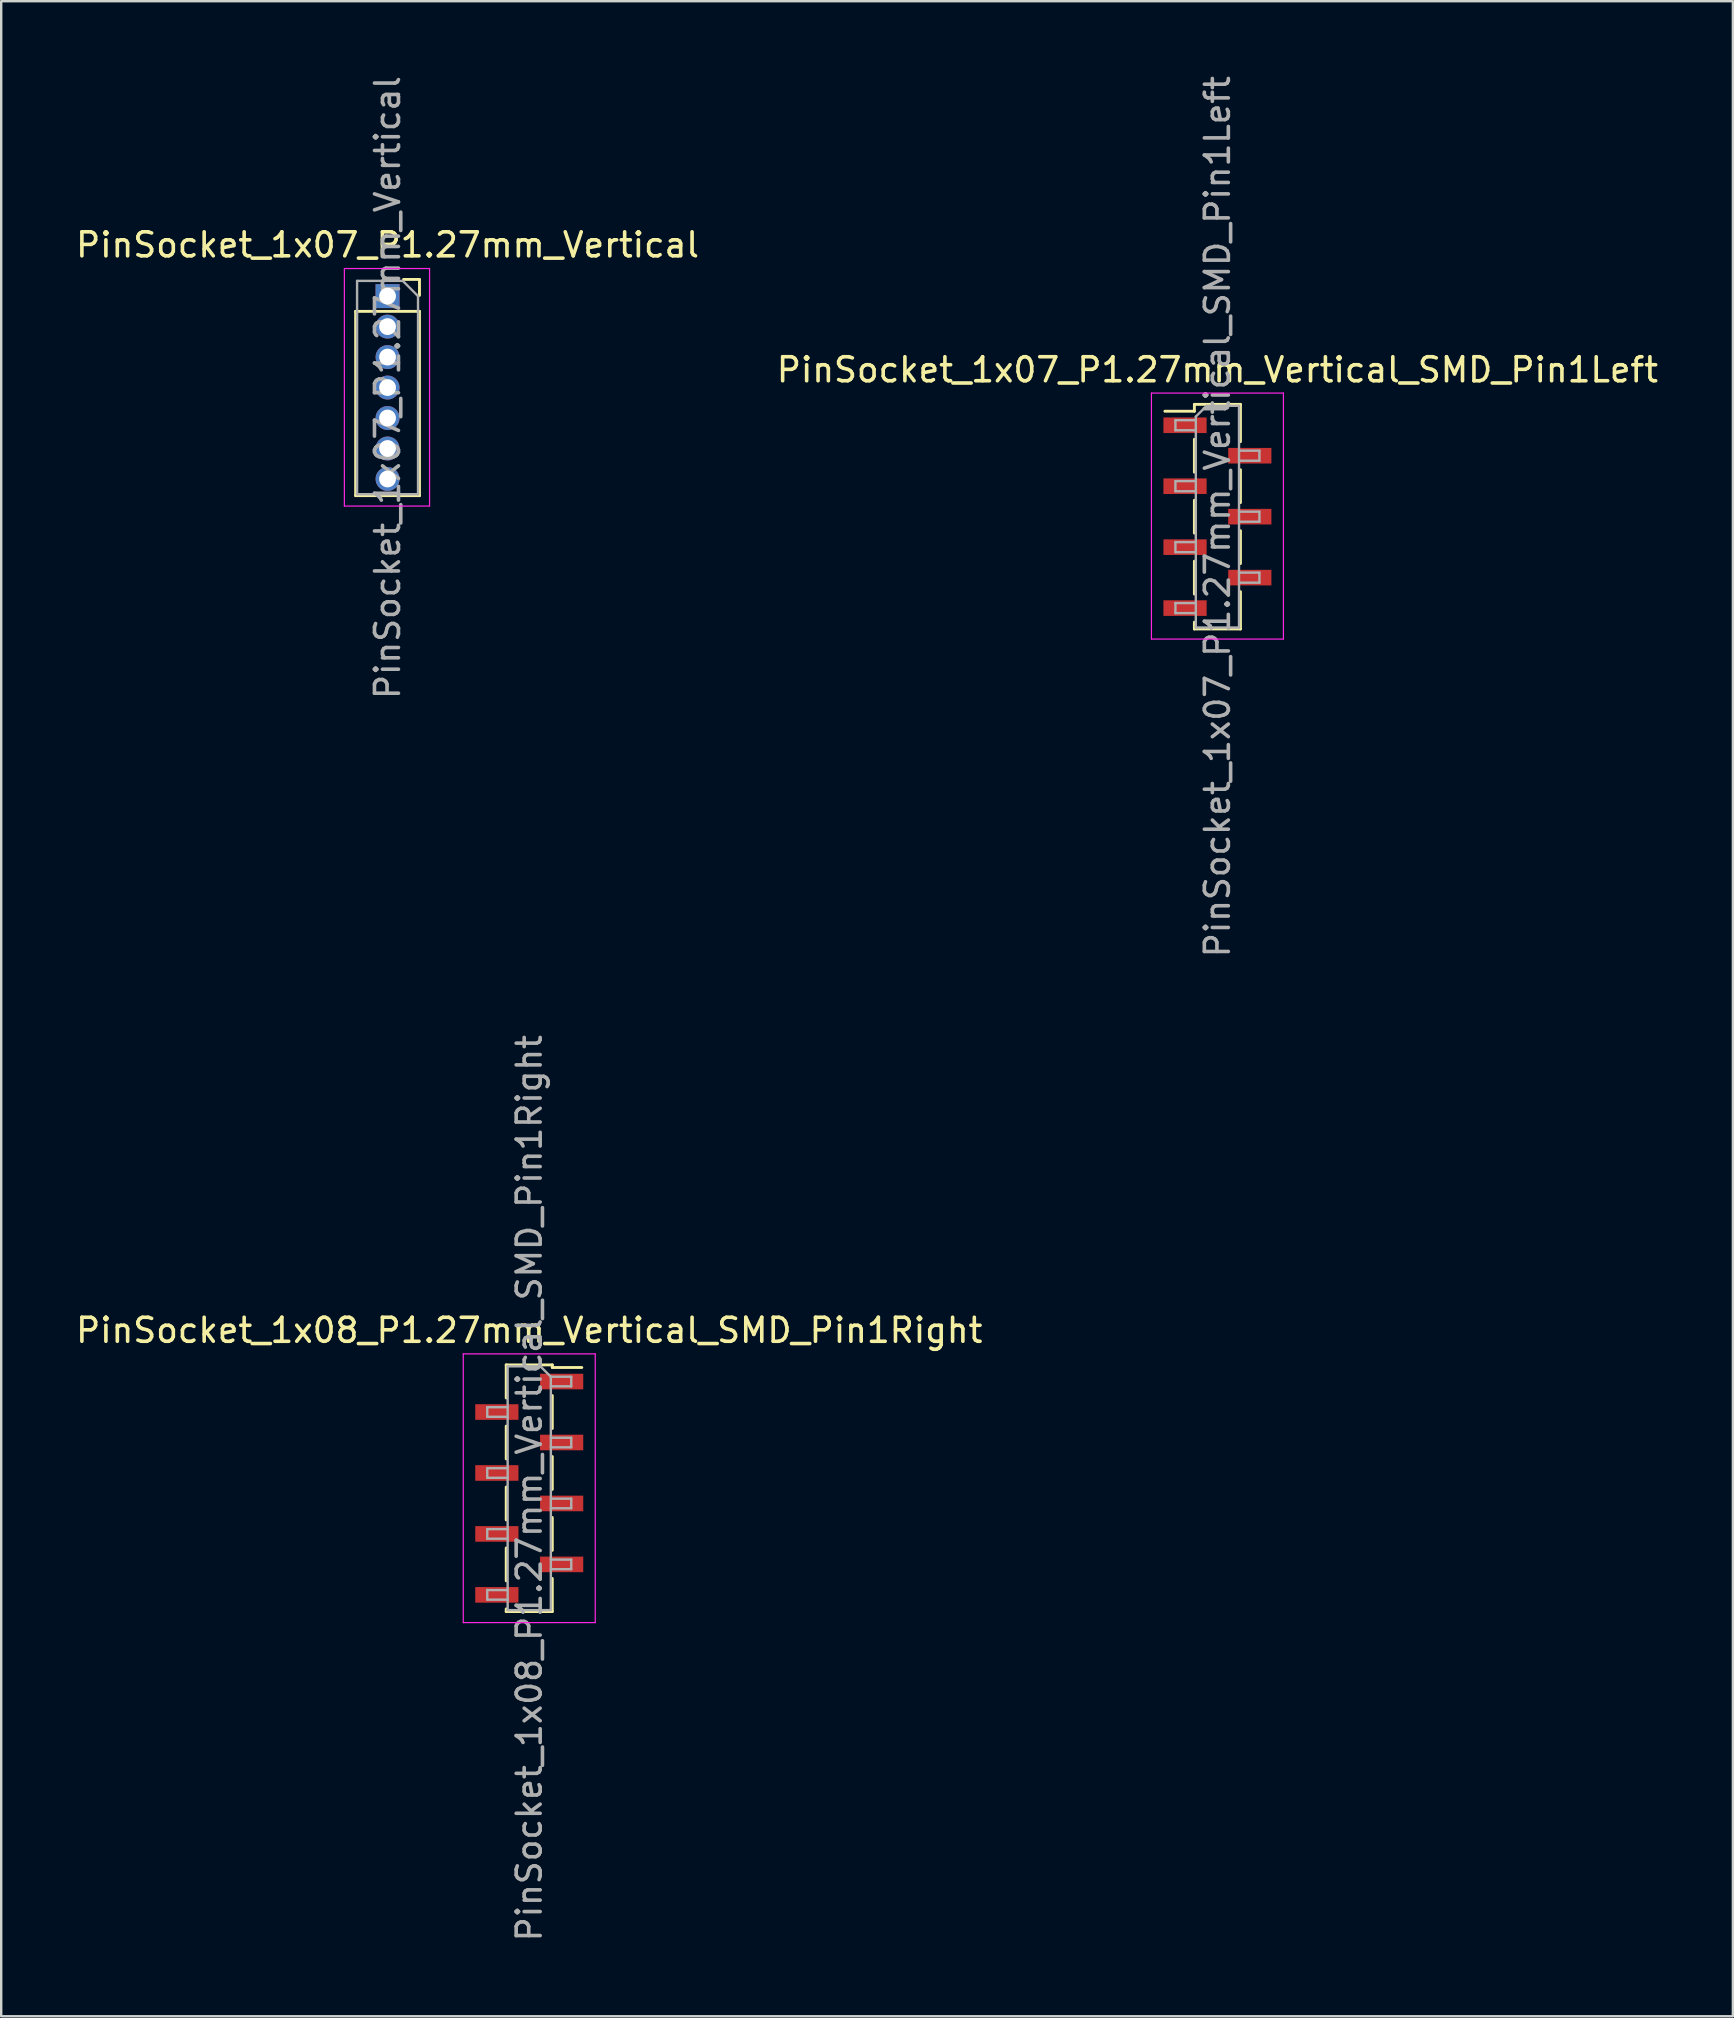
<source format=kicad_pcb>
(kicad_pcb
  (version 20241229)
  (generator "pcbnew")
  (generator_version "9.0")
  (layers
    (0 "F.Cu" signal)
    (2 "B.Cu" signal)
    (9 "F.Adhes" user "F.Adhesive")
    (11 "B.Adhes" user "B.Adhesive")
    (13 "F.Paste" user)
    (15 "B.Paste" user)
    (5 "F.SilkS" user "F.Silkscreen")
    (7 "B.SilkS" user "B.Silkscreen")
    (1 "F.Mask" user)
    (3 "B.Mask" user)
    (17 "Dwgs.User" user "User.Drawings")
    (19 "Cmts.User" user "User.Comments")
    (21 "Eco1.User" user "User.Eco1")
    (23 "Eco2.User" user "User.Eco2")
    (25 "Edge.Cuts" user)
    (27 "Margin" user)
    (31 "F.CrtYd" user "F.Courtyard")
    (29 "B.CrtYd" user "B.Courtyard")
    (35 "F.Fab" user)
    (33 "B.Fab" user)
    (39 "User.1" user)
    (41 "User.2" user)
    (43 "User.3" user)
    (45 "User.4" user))
  (footprint "PinSocket_1x07_P1.27mm_Vertical"
    (layer "F.Cu")
    (at 13.101 9.291)
    (property "Reference" "PinSocket_1x07_P1.27mm_Vertical" (at 0 -2.135 0) (layer "F.SilkS") (effects (font (size 1 1) (thickness 0.15))))
    (attr through_hole)
    (fp_line (start -1.33 0.635) (end -1.33 8.315) (stroke (width 0.12) (type solid)) (layer "F.SilkS"))
    (fp_line (start -1.33 8.315) (end 1.33 8.315) (stroke (width 0.12) (type solid)) (layer "F.SilkS"))
    (fp_line (start 1.33 -0.695) (end 0.665 -0.695) (stroke (width 0.12) (type solid)) (layer "F.SilkS"))
    (fp_line (start 1.33 -0.03) (end 1.33 -0.695) (stroke (width 0.12) (type solid)) (layer "F.SilkS"))
    (fp_line (start 1.33 0.635) (end -1.33 0.635) (stroke (width 0.12) (type solid)) (layer "F.SilkS"))
    (fp_line (start 1.33 8.315) (end 1.33 0.635) (stroke (width 0.12) (type solid)) (layer "F.SilkS"))
    (fp_line (start -1.8 -1.15) (end 1.75 -1.15) (stroke (width 0.05) (type solid)) (layer "F.CrtYd"))
    (fp_line (start -1.8 8.75) (end -1.8 -1.15) (stroke (width 0.05) (type solid)) (layer "F.CrtYd"))
    (fp_line (start 1.75 -1.15) (end 1.75 8.75) (stroke (width 0.05) (type solid)) (layer "F.CrtYd"))
    (fp_line (start 1.75 8.75) (end -1.8 8.75) (stroke (width 0.05) (type solid)) (layer "F.CrtYd"))
    (fp_line (start -1.27 -0.635) (end 0.635 -0.635) (stroke (width 0.1) (type solid)) (layer "F.Fab"))
    (fp_line (start -1.27 8.255) (end -1.27 -0.635) (stroke (width 0.1) (type solid)) (layer "F.Fab"))
    (fp_line (start 0.635 -0.635) (end 1.27 0) (stroke (width 0.1) (type solid)) (layer "F.Fab"))
    (fp_line (start 1.27 0) (end 1.27 8.255) (stroke (width 0.1) (type solid)) (layer "F.Fab"))
    (fp_line (start 1.27 8.255) (end -1.27 8.255) (stroke (width 0.1) (type solid)) (layer "F.Fab"))
    (fp_text user "${REFERENCE}" (at 0 3.81 90) (layer "F.Fab") (effects (font (size 1 1) (thickness 0.15))))
    (pad "1" thru_hole rect (at 0 0) (size 1 1) (drill 0.7) (layers "*.Cu" "*.Mask"))
    (pad "2" thru_hole oval (at 0 1.27) (size 1 1) (drill 0.7) (layers "*.Cu" "*.Mask"))
    (pad "3" thru_hole oval (at 0 2.54) (size 1 1) (drill 0.7) (layers "*.Cu" "*.Mask"))
    (pad "4" thru_hole oval (at 0 3.81) (size 1 1) (drill 0.7) (layers "*.Cu" "*.Mask"))
    (pad "5" thru_hole oval (at 0 5.08) (size 1 1) (drill 0.7) (layers "*.Cu" "*.Mask"))
    (pad "6" thru_hole oval (at 0 6.35) (size 1 1) (drill 0.7) (layers "*.Cu" "*.Mask"))
    (pad "7" thru_hole oval (at 0 7.62) (size 1 1) (drill 0.7) (layers "*.Cu" "*.Mask")))
  (footprint "PinSocket_1x08_P1.27mm_Vertical_SMD_Pin1Right"
    (layer "F.Cu")
    (at 19.006 58.97)
    (property "Reference" "PinSocket_1x08_P1.27mm_Vertical_SMD_Pin1Right" (at 0 -6.58 0) (layer "F.SilkS") (effects (font (size 1 1) (thickness 0.15))))
    (attr smd)
    (fp_line (start -0.96 -5.14) (end -0.96 -3.76) (stroke (width 0.12) (type solid)) (layer "F.SilkS"))
    (fp_line (start -0.96 -5.14) (end 0.96 -5.14) (stroke (width 0.12) (type solid)) (layer "F.SilkS"))
    (fp_line (start -0.96 -2.59) (end -0.96 -1.22) (stroke (width 0.12) (type solid)) (layer "F.SilkS"))
    (fp_line (start -0.96 -0.05) (end -0.96 1.32) (stroke (width 0.12) (type solid)) (layer "F.SilkS"))
    (fp_line (start -0.96 2.49) (end -0.96 3.86) (stroke (width 0.12) (type solid)) (layer "F.SilkS"))
    (fp_line (start -0.96 5.03) (end -0.96 5.14) (stroke (width 0.12) (type solid)) (layer "F.SilkS"))
    (fp_line (start -0.96 5.14) (end 0.96 5.14) (stroke (width 0.12) (type solid)) (layer "F.SilkS"))
    (fp_line (start 0.96 -5.14) (end 0.96 -5.03) (stroke (width 0.12) (type solid)) (layer "F.SilkS"))
    (fp_line (start 0.96 -5.03) (end 2.19 -5.03) (stroke (width 0.12) (type solid)) (layer "F.SilkS"))
    (fp_line (start 0.96 -3.86) (end 0.96 -2.49) (stroke (width 0.12) (type solid)) (layer "F.SilkS"))
    (fp_line (start 0.96 -1.32) (end 0.96 0.05) (stroke (width 0.12) (type solid)) (layer "F.SilkS"))
    (fp_line (start 0.96 1.22) (end 0.96 2.59) (stroke (width 0.12) (type solid)) (layer "F.SilkS"))
    (fp_line (start 0.96 3.76) (end 0.96 5.14) (stroke (width 0.12) (type solid)) (layer "F.SilkS"))
    (fp_line (start -2.75 -5.6) (end 2.75 -5.6) (stroke (width 0.05) (type solid)) (layer "F.CrtYd"))
    (fp_line (start -2.75 5.6) (end -2.75 -5.6) (stroke (width 0.05) (type solid)) (layer "F.CrtYd"))
    (fp_line (start 2.75 -5.6) (end 2.75 5.6) (stroke (width 0.05) (type solid)) (layer "F.CrtYd"))
    (fp_line (start 2.75 5.6) (end -2.75 5.6) (stroke (width 0.05) (type solid)) (layer "F.CrtYd"))
    (fp_line (start -1.75 -3.375) (end -0.9 -3.375) (stroke (width 0.1) (type solid)) (layer "F.Fab"))
    (fp_line (start -1.75 -2.975) (end -1.75 -3.375) (stroke (width 0.1) (type solid)) (layer "F.Fab"))
    (fp_line (start -1.75 -0.835) (end -0.9 -0.835) (stroke (width 0.1) (type solid)) (layer "F.Fab"))
    (fp_line (start -1.75 -0.435) (end -1.75 -0.835) (stroke (width 0.1) (type solid)) (layer "F.Fab"))
    (fp_line (start -1.75 1.705) (end -0.9 1.705) (stroke (width 0.1) (type solid)) (layer "F.Fab"))
    (fp_line (start -1.75 2.105) (end -1.75 1.705) (stroke (width 0.1) (type solid)) (layer "F.Fab"))
    (fp_line (start -1.75 4.245) (end -0.9 4.245) (stroke (width 0.1) (type solid)) (layer "F.Fab"))
    (fp_line (start -1.75 4.645) (end -1.75 4.245) (stroke (width 0.1) (type solid)) (layer "F.Fab"))
    (fp_line (start -0.9 -5.08) (end 0.465 -5.08) (stroke (width 0.1) (type solid)) (layer "F.Fab"))
    (fp_line (start -0.9 -2.975) (end -1.75 -2.975) (stroke (width 0.1) (type solid)) (layer "F.Fab"))
    (fp_line (start -0.9 -0.435) (end -1.75 -0.435) (stroke (width 0.1) (type solid)) (layer "F.Fab"))
    (fp_line (start -0.9 2.105) (end -1.75 2.105) (stroke (width 0.1) (type solid)) (layer "F.Fab"))
    (fp_line (start -0.9 4.645) (end -1.75 4.645) (stroke (width 0.1) (type solid)) (layer "F.Fab"))
    (fp_line (start -0.9 5.08) (end -0.9 -5.08) (stroke (width 0.1) (type solid)) (layer "F.Fab"))
    (fp_line (start 0.465 -5.08) (end 0.9 -4.645) (stroke (width 0.1) (type solid)) (layer "F.Fab"))
    (fp_line (start 0.9 -4.645) (end 0.9 5.08) (stroke (width 0.1) (type solid)) (layer "F.Fab"))
    (fp_line (start 0.9 -4.645) (end 1.75 -4.645) (stroke (width 0.1) (type solid)) (layer "F.Fab"))
    (fp_line (start 0.9 -2.105) (end 1.75 -2.105) (stroke (width 0.1) (type solid)) (layer "F.Fab"))
    (fp_line (start 0.9 0.435) (end 1.75 0.435) (stroke (width 0.1) (type solid)) (layer "F.Fab"))
    (fp_line (start 0.9 2.975) (end 1.75 2.975) (stroke (width 0.1) (type solid)) (layer "F.Fab"))
    (fp_line (start 0.9 5.08) (end -0.9 5.08) (stroke (width 0.1) (type solid)) (layer "F.Fab"))
    (fp_line (start 1.75 -4.645) (end 1.75 -4.245) (stroke (width 0.1) (type solid)) (layer "F.Fab"))
    (fp_line (start 1.75 -4.245) (end 0.9 -4.245) (stroke (width 0.1) (type solid)) (layer "F.Fab"))
    (fp_line (start 1.75 -2.105) (end 1.75 -1.705) (stroke (width 0.1) (type solid)) (layer "F.Fab"))
    (fp_line (start 1.75 -1.705) (end 0.9 -1.705) (stroke (width 0.1) (type solid)) (layer "F.Fab"))
    (fp_line (start 1.75 0.435) (end 1.75 0.835) (stroke (width 0.1) (type solid)) (layer "F.Fab"))
    (fp_line (start 1.75 0.835) (end 0.9 0.835) (stroke (width 0.1) (type solid)) (layer "F.Fab"))
    (fp_line (start 1.75 2.975) (end 1.75 3.375) (stroke (width 0.1) (type solid)) (layer "F.Fab"))
    (fp_line (start 1.75 3.375) (end 0.9 3.375) (stroke (width 0.1) (type solid)) (layer "F.Fab"))
    (fp_text user "${REFERENCE}" (at 0 0 90) (layer "F.Fab") (effects (font (size 1 1) (thickness 0.15))))
    (pad "1" smd rect (at 1.35 -4.445) (size 1.8 0.65) (layers "F.Cu" "F.Mask" "F.Paste"))
    (pad "2" smd rect (at -1.35 -3.175) (size 1.8 0.65) (layers "F.Cu" "F.Mask" "F.Paste"))
    (pad "3" smd rect (at 1.35 -1.905) (size 1.8 0.65) (layers "F.Cu" "F.Mask" "F.Paste"))
    (pad "4" smd rect (at -1.35 -0.635) (size 1.8 0.65) (layers "F.Cu" "F.Mask" "F.Paste"))
    (pad "5" smd rect (at 1.35 0.635) (size 1.8 0.65) (layers "F.Cu" "F.Mask" "F.Paste"))
    (pad "6" smd rect (at -1.35 1.905) (size 1.8 0.65) (layers "F.Cu" "F.Mask" "F.Paste"))
    (pad "7" smd rect (at 1.35 3.175) (size 1.8 0.65) (layers "F.Cu" "F.Mask" "F.Paste"))
    (pad "8" smd rect (at -1.35 4.445) (size 1.8 0.65) (layers "F.Cu" "F.Mask" "F.Paste")))
  (footprint "PinSocket_1x07_P1.27mm_Vertical_SMD_Pin1Left"
    (layer "F.Cu")
    (at 47.685 18.482)
    (property "Reference" "PinSocket_1x07_P1.27mm_Vertical_SMD_Pin1Left" (at 0 -6.12 0) (layer "F.SilkS") (effects (font (size 1 1) (thickness 0.15))))
    (attr smd)
    (fp_line (start -2.19 -4.395) (end -0.96 -4.395) (stroke (width 0.12) (type solid)) (layer "F.SilkS"))
    (fp_line (start -0.96 -4.68) (end -0.96 -4.395) (stroke (width 0.12) (type solid)) (layer "F.SilkS"))
    (fp_line (start -0.96 -4.68) (end 0.96 -4.68) (stroke (width 0.12) (type solid)) (layer "F.SilkS"))
    (fp_line (start -0.96 -3.225) (end -0.96 -1.855) (stroke (width 0.12) (type solid)) (layer "F.SilkS"))
    (fp_line (start -0.96 -0.685) (end -0.96 0.685) (stroke (width 0.12) (type solid)) (layer "F.SilkS"))
    (fp_line (start -0.96 1.855) (end -0.96 3.225) (stroke (width 0.12) (type solid)) (layer "F.SilkS"))
    (fp_line (start -0.96 4.395) (end -0.96 4.68) (stroke (width 0.12) (type solid)) (layer "F.SilkS"))
    (fp_line (start -0.96 4.68) (end 0.96 4.68) (stroke (width 0.12) (type solid)) (layer "F.SilkS"))
    (fp_line (start 0.96 -4.68) (end 0.96 -3.125) (stroke (width 0.12) (type solid)) (layer "F.SilkS"))
    (fp_line (start 0.96 -1.955) (end 0.96 -0.585) (stroke (width 0.12) (type solid)) (layer "F.SilkS"))
    (fp_line (start 0.96 0.585) (end 0.96 1.955) (stroke (width 0.12) (type solid)) (layer "F.SilkS"))
    (fp_line (start 0.96 3.125) (end 0.96 4.68) (stroke (width 0.12) (type solid)) (layer "F.SilkS"))
    (fp_line (start -2.75 -5.15) (end 2.75 -5.15) (stroke (width 0.05) (type solid)) (layer "F.CrtYd"))
    (fp_line (start -2.75 5.1) (end -2.75 -5.15) (stroke (width 0.05) (type solid)) (layer "F.CrtYd"))
    (fp_line (start 2.75 -5.15) (end 2.75 5.1) (stroke (width 0.05) (type solid)) (layer "F.CrtYd"))
    (fp_line (start 2.75 5.1) (end -2.75 5.1) (stroke (width 0.05) (type solid)) (layer "F.CrtYd"))
    (fp_line (start -1.75 -4.02) (end -0.9 -4.02) (stroke (width 0.1) (type solid)) (layer "F.Fab"))
    (fp_line (start -1.75 -3.6) (end -1.75 -4.02) (stroke (width 0.1) (type solid)) (layer "F.Fab"))
    (fp_line (start -1.75 -1.48) (end -0.9 -1.48) (stroke (width 0.1) (type solid)) (layer "F.Fab"))
    (fp_line (start -1.75 -1.06) (end -1.75 -1.48) (stroke (width 0.1) (type solid)) (layer "F.Fab"))
    (fp_line (start -1.75 1.06) (end -0.9 1.06) (stroke (width 0.1) (type solid)) (layer "F.Fab"))
    (fp_line (start -1.75 1.48) (end -1.75 1.06) (stroke (width 0.1) (type solid)) (layer "F.Fab"))
    (fp_line (start -1.75 3.6) (end -0.9 3.6) (stroke (width 0.1) (type solid)) (layer "F.Fab"))
    (fp_line (start -1.75 4.02) (end -1.75 3.6) (stroke (width 0.1) (type solid)) (layer "F.Fab"))
    (fp_line (start -0.9 -4.17) (end -0.45 -4.62) (stroke (width 0.1) (type solid)) (layer "F.Fab"))
    (fp_line (start -0.9 -3.6) (end -1.75 -3.6) (stroke (width 0.1) (type solid)) (layer "F.Fab"))
    (fp_line (start -0.9 -1.06) (end -1.75 -1.06) (stroke (width 0.1) (type solid)) (layer "F.Fab"))
    (fp_line (start -0.9 1.48) (end -1.75 1.48) (stroke (width 0.1) (type solid)) (layer "F.Fab"))
    (fp_line (start -0.9 4.02) (end -1.75 4.02) (stroke (width 0.1) (type solid)) (layer "F.Fab"))
    (fp_line (start -0.9 4.62) (end -0.9 -4.17) (stroke (width 0.1) (type solid)) (layer "F.Fab"))
    (fp_line (start -0.45 -4.62) (end 0.9 -4.62) (stroke (width 0.1) (type solid)) (layer "F.Fab"))
    (fp_line (start 0.9 -4.62) (end 0.9 4.62) (stroke (width 0.1) (type solid)) (layer "F.Fab"))
    (fp_line (start 0.9 -2.75) (end 1.75 -2.75) (stroke (width 0.1) (type solid)) (layer "F.Fab"))
    (fp_line (start 0.9 -0.21) (end 1.75 -0.21) (stroke (width 0.1) (type solid)) (layer "F.Fab"))
    (fp_line (start 0.9 2.33) (end 1.75 2.33) (stroke (width 0.1) (type solid)) (layer "F.Fab"))
    (fp_line (start 0.9 4.62) (end -0.9 4.62) (stroke (width 0.1) (type solid)) (layer "F.Fab"))
    (fp_line (start 1.75 -2.75) (end 1.75 -2.33) (stroke (width 0.1) (type solid)) (layer "F.Fab"))
    (fp_line (start 1.75 -2.33) (end 0.9 -2.33) (stroke (width 0.1) (type solid)) (layer "F.Fab"))
    (fp_line (start 1.75 -0.21) (end 1.75 0.21) (stroke (width 0.1) (type solid)) (layer "F.Fab"))
    (fp_line (start 1.75 0.21) (end 0.9 0.21) (stroke (width 0.1) (type solid)) (layer "F.Fab"))
    (fp_line (start 1.75 2.33) (end 1.75 2.75) (stroke (width 0.1) (type solid)) (layer "F.Fab"))
    (fp_line (start 1.75 2.75) (end 0.9 2.75) (stroke (width 0.1) (type solid)) (layer "F.Fab"))
    (fp_text user "${REFERENCE}" (at 0 0 90) (layer "F.Fab") (effects (font (size 1 1) (thickness 0.15))))
    (pad "1" smd rect (at -1.35 -3.81) (size 1.8 0.65) (layers "F.Cu" "F.Mask" "F.Paste"))
    (pad "2" smd rect (at 1.35 -2.54) (size 1.8 0.65) (layers "F.Cu" "F.Mask" "F.Paste"))
    (pad "3" smd rect (at -1.35 -1.27) (size 1.8 0.65) (layers "F.Cu" "F.Mask" "F.Paste"))
    (pad "4" smd rect (at 1.35 0) (size 1.8 0.65) (layers "F.Cu" "F.Mask" "F.Paste"))
    (pad "5" smd rect (at -1.35 1.27) (size 1.8 0.65) (layers "F.Cu" "F.Mask" "F.Paste"))
    (pad "6" smd rect (at 1.35 2.54) (size 1.8 0.65) (layers "F.Cu" "F.Mask" "F.Paste"))
    (pad "7" smd rect (at -1.35 3.81) (size 1.8 0.65) (layers "F.Cu" "F.Mask" "F.Paste")))
  (gr_rect
    (start -3 -3)
    (end 69.167 80.976)
    (stroke (width 0.1) (type default))
    (fill no)
    (layer "Edge.Cuts")))
</source>
